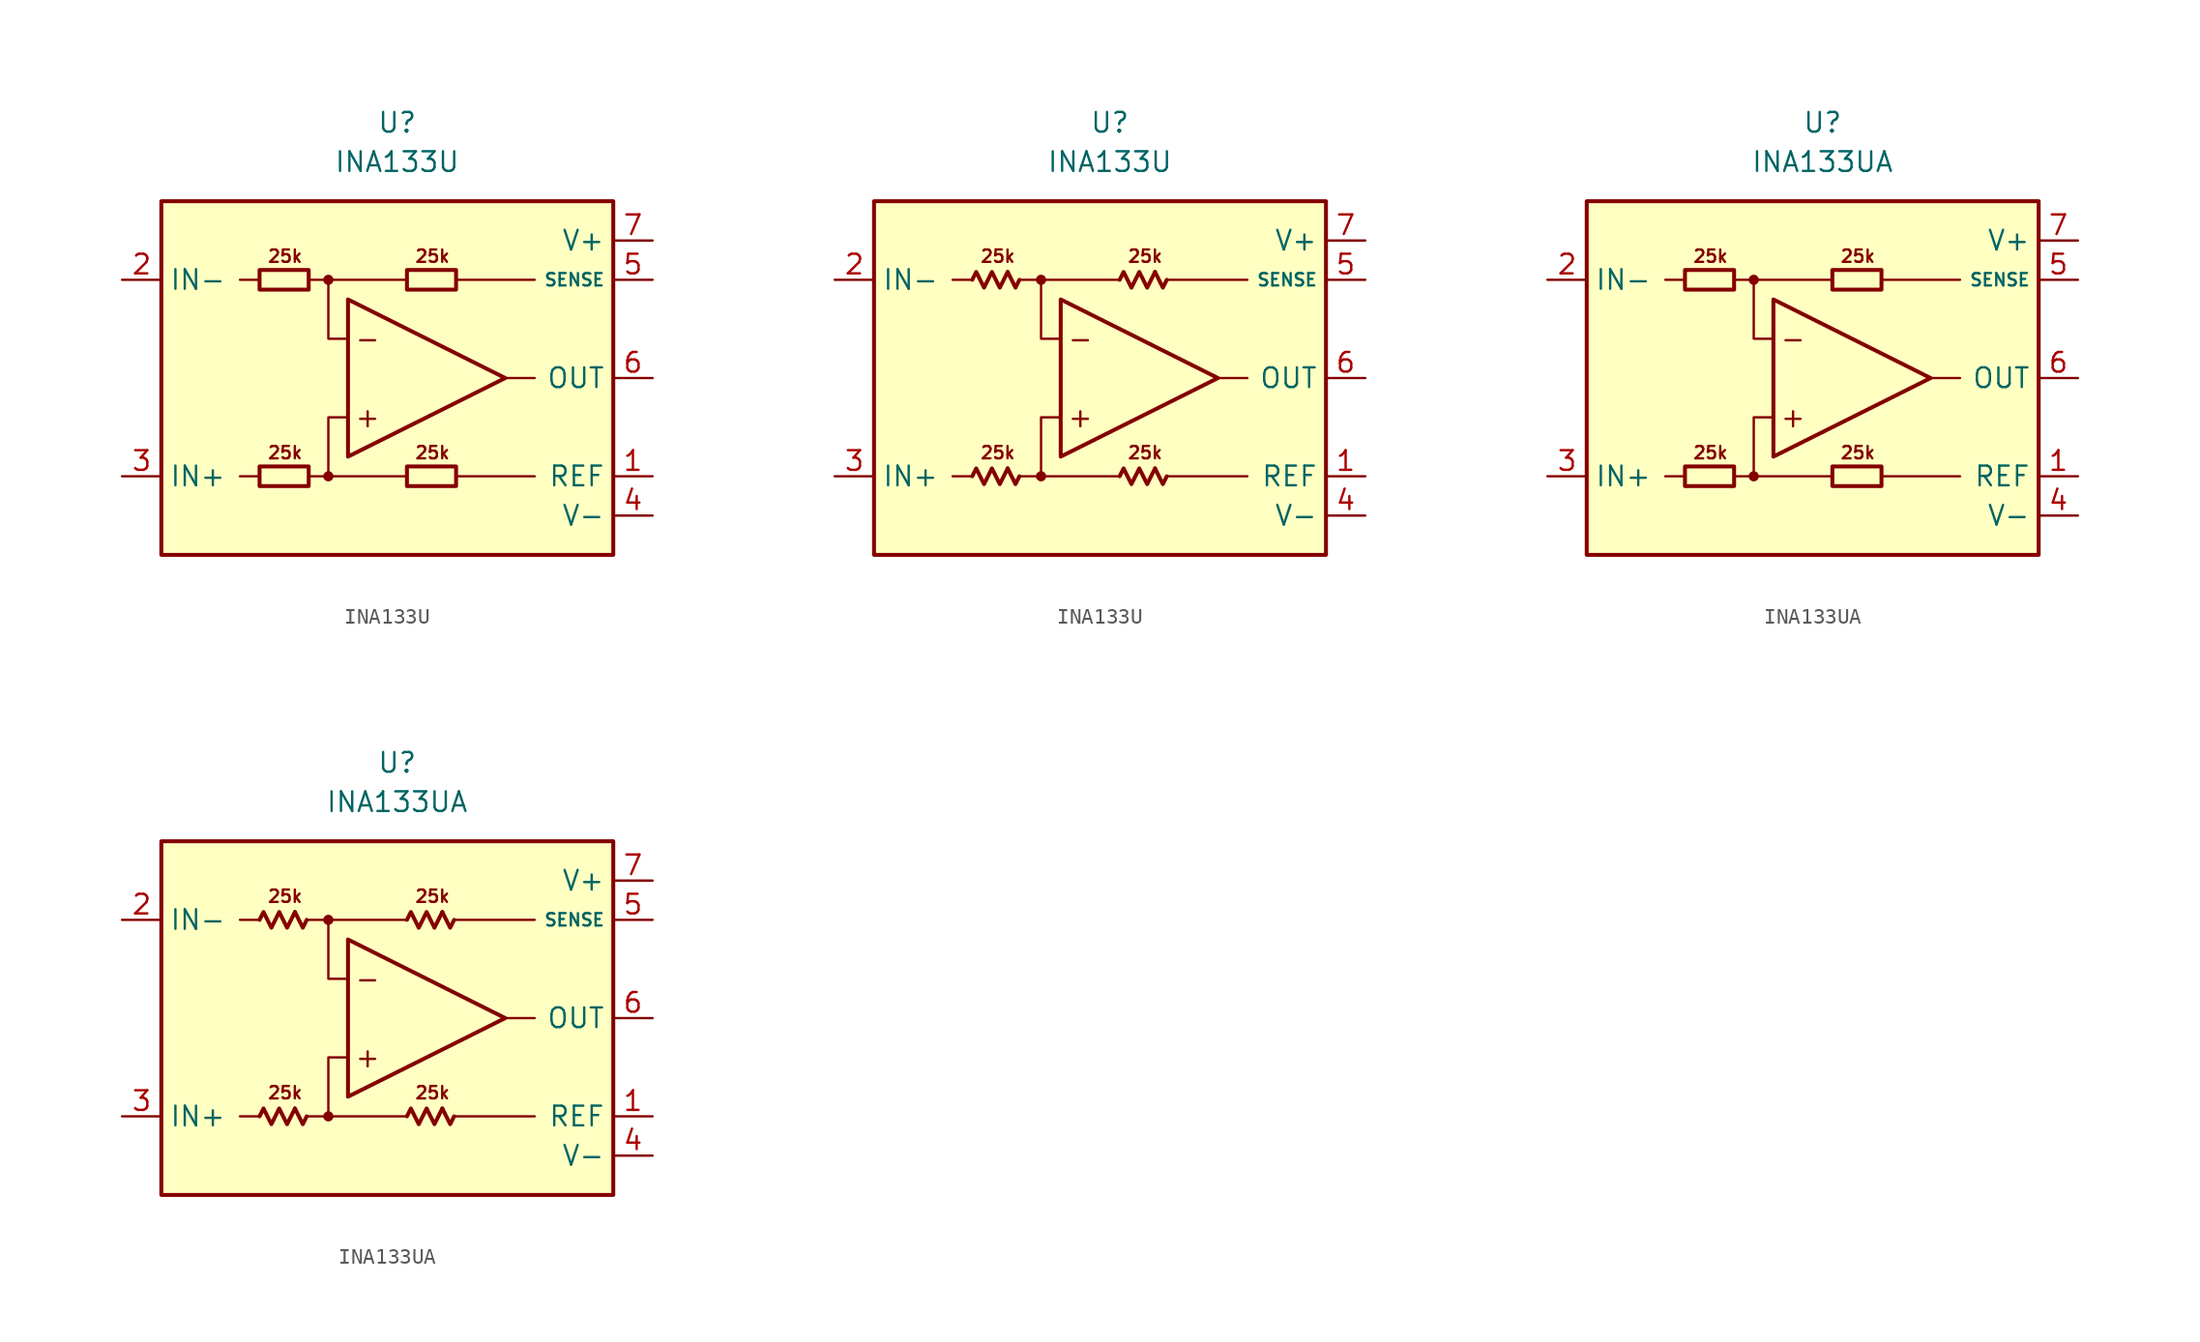
<source format=kicad_sym>
(kicad_symbol_lib
  (version 20231120)
  (generator "kicad_symbol_editor")
  (generator_version "8.0")
  (symbol "INA133U"
    (property "Reference" "U"
      (at 0 16.51 0)
      (effects (font (size 1.27 1.27))))
    (property "Value" "INA133U"
      (at 0 13.97 0)
      (effects (font (size 1.27 1.27))))
    (symbol "INA133U_0_0"
      (rectangle (start -15.24 11.43) (end 13.97 -11.43) (stroke (width 0.254) (type default)) (fill (type background)))
      (circle (center -4.445 -6.35) (radius 0.254) (stroke (width 0.152) (type default)) (fill (type outline)))
      (circle (center -4.445 6.35) (radius 0.254) (stroke (width 0.152) (type default)) (fill (type outline)))
      (polyline (pts (xy -8.89 -6.35) (xy -10.16 -6.35)) (stroke (width 0.152) (type default)) (fill (type none)))
      (polyline (pts (xy -8.89 6.35) (xy -10.16 6.35)) (stroke (width 0.152) (type default)) (fill (type none)))
      (polyline (pts (xy -4.445 6.35) (xy 0.635 6.35)) (stroke (width 0.152) (type default)) (fill (type none)))
      (polyline (pts (xy 0.635 -6.35) (xy -4.445 -6.35)) (stroke (width 0.152) (type default)) (fill (type none)))
      (polyline (pts (xy 3.81 -6.35) (xy 8.89 -6.35)) (stroke (width 0.152) (type default)) (fill (type none)))
      (polyline (pts (xy 3.81 6.35) (xy 8.89 6.35)) (stroke (width 0.152) (type default)) (fill (type none)))
      (polyline (pts (xy 8.89 0) (xy 6.985 0)) (stroke (width 0.152) (type default)) (fill (type none)))
      (polyline (pts (xy -5.715 -6.35) (xy -4.445 -6.35) (xy -4.445 -2.54) (xy -3.175 -2.54)) (stroke (width 0.152) (type default)) (fill (type none)))
      (polyline (pts (xy -3.175 2.54) (xy -4.445 2.54) (xy -4.445 6.35) (xy -5.715 6.35)) (stroke (width 0.152) (type default)) (fill (type none)))
      (polyline (pts (xy -3.175 5.08) (xy -3.175 -5.08) (xy 6.985 0) (xy -3.175 5.08)) (stroke (width 0.254) (type default)) (fill (type none)))
      (text "+" (at -1.905 -2.54 0) (effects (font (size 1.27 1.27))))
      (text "-" (at -1.905 2.54 0) (effects (font (size 1.27 1.27))))
      (text "25k" (at -7.239 -4.826 0) (effects (font (size 0.8 0.8))))
      (text "25k" (at -7.239 7.874 0) (effects (font (size 0.8 0.8))))
      (text "25k" (at 2.286 -4.826 0) (effects (font (size 0.8 0.8))))
      (text "25k" (at 2.286 7.874 0) (effects (font (size 0.8 0.8)))))
    (symbol "INA133U_0_1"
      (rectangle (start -8.89 -5.715) (end -5.715 -6.985) (stroke (width 0.254) (type default)) (fill (type none)))
      (rectangle (start -8.89 6.985) (end -5.715 5.715) (stroke (width 0.254) (type default)) (fill (type none)))
      (rectangle (start 0.635 -5.715) (end 3.81 -6.985) (stroke (width 0.254) (type default)) (fill (type none)))
      (rectangle (start 0.635 6.985) (end 3.81 5.715) (stroke (width 0.254) (type default)) (fill (type none))))
    (symbol "INA133U_0_2"
      (polyline (pts (xy -6.604 -5.842) (xy -6.096 -6.858) (xy -5.842 -6.35)) (stroke (width 0.254) (type default)) (fill (type none)))
      (polyline (pts (xy -6.604 6.858) (xy -6.096 5.842) (xy -5.842 6.35)) (stroke (width 0.254) (type default)) (fill (type none)))
      (polyline (pts (xy 2.921 -5.842) (xy 3.429 -6.858) (xy 3.683 -6.35)) (stroke (width 0.254) (type default)) (fill (type none)))
      (polyline (pts (xy 2.921 6.858) (xy 3.429 5.842) (xy 3.683 6.35)) (stroke (width 0.254) (type default)) (fill (type none)))
      (polyline (pts (xy -8.89 -6.35) (xy -8.636 -5.842) (xy -8.128 -6.858) (xy -7.62 -5.842) (xy -7.112 -6.858) (xy -6.604 -5.842)) (stroke (width 0.254) (type default)) (fill (type none)))
      (polyline (pts (xy -8.89 6.35) (xy -8.636 6.858) (xy -8.128 5.842) (xy -7.62 6.858) (xy -7.112 5.842) (xy -6.604 6.858)) (stroke (width 0.254) (type default)) (fill (type none)))
      (polyline (pts (xy 0.635 -6.35) (xy 0.889 -5.842) (xy 1.397 -6.858) (xy 1.905 -5.842) (xy 2.413 -6.858) (xy 2.921 -5.842)) (stroke (width 0.254) (type default)) (fill (type none)))
      (polyline (pts (xy 0.635 6.35) (xy 0.889 6.858) (xy 1.397 5.842) (xy 1.905 6.858) (xy 2.413 5.842) (xy 2.921 6.858)) (stroke (width 0.254) (type default)) (fill (type none))))
    (symbol "INA133U_1_1"
      (pin input line (at 16.51 -6.35 180) (length 2.54) (name "REF" (effects (font (size 1.27 1.27)))) (number "1" (effects (font (size 1.27 1.27)))))
      (pin input line (at -17.78 6.35 0) (length 2.54) (name "IN-" (effects (font (size 1.27 1.27)))) (number "2" (effects (font (size 1.27 1.27)))))
      (pin input line (at -17.78 -6.35 0) (length 2.54) (name "IN+" (effects (font (size 1.27 1.27)))) (number "3" (effects (font (size 1.27 1.27)))))
      (pin power_in line (at 16.51 -8.89 180) (length 2.54) (name "V-" (effects (font (size 1.27 1.27)))) (number "4" (effects (font (size 1.27 1.27)))))
      (pin input line (at 16.51 6.35 180) (length 2.54) (name "SENSE" (effects (font (size 0.8 0.8)))) (number "5" (effects (font (size 1.27 1.27)))))
      (pin output line (at 16.51 0 180) (length 2.54) (name "OUT" (effects (font (size 1.27 1.27)))) (number "6" (effects (font (size 1.27 1.27)))))
      (pin power_in line (at 16.51 8.89 180) (length 2.54) (name "V+" (effects (font (size 1.27 1.27)))) (number "7" (effects (font (size 1.27 1.27)))))
      (pin free line (at -10.16 0 0) (length 2.54) hide (name "NC" (effects (font (size 1.27 1.27)))) (number "8" (effects (font (size 1.27 1.27))))))
    (symbol "INA133U_1_2"
      (pin input line (at 16.51 -6.35 180) (length 2.54) (name "REF" (effects (font (size 1.27 1.27)))) (number "1" (effects (font (size 1.27 1.27)))))
      (pin input line (at -17.78 6.35 0) (length 2.54) (name "IN-" (effects (font (size 1.27 1.27)))) (number "2" (effects (font (size 1.27 1.27)))))
      (pin input line (at -17.78 -6.35 0) (length 2.54) (name "IN+" (effects (font (size 1.27 1.27)))) (number "3" (effects (font (size 1.27 1.27)))))
      (pin power_in line (at 16.51 -8.89 180) (length 2.54) (name "V-" (effects (font (size 1.27 1.27)))) (number "4" (effects (font (size 1.27 1.27)))))
      (pin input line (at 16.51 6.35 180) (length 2.54) (name "SENSE" (effects (font (size 0.8 0.8)))) (number "5" (effects (font (size 1.27 1.27)))))
      (pin output line (at 16.51 0 180) (length 2.54) (name "OUT" (effects (font (size 1.27 1.27)))) (number "6" (effects (font (size 1.27 1.27)))))
      (pin power_in line (at 16.51 8.89 180) (length 2.54) (name "V+" (effects (font (size 1.27 1.27)))) (number "7" (effects (font (size 1.27 1.27)))))
      (pin free line (at -10.16 0 0) (length 2.54) hide (name "NC" (effects (font (size 1.27 1.27)))) (number "8" (effects (font (size 1.27 1.27)))))))
  (symbol "INA133UA"
    (property "Reference" "U"
      (at 0 16.51 0)
      (effects (font (size 1.27 1.27))))
    (property "Value" "INA133UA"
      (at 0 13.97 0)
      (effects (font (size 1.27 1.27))))
    (symbol "INA133UA_0_0"
      (rectangle (start -15.24 11.43) (end 13.97 -11.43) (stroke (width 0.254) (type default)) (fill (type background)))
      (circle (center -4.445 -6.35) (radius 0.254) (stroke (width 0.152) (type default)) (fill (type outline)))
      (circle (center -4.445 6.35) (radius 0.254) (stroke (width 0.152) (type default)) (fill (type outline)))
      (polyline (pts (xy -8.89 -6.35) (xy -10.16 -6.35)) (stroke (width 0.152) (type default)) (fill (type none)))
      (polyline (pts (xy -8.89 6.35) (xy -10.16 6.35)) (stroke (width 0.152) (type default)) (fill (type none)))
      (polyline (pts (xy -4.445 6.35) (xy 0.635 6.35)) (stroke (width 0.152) (type default)) (fill (type none)))
      (polyline (pts (xy 0.635 -6.35) (xy -4.445 -6.35)) (stroke (width 0.152) (type default)) (fill (type none)))
      (polyline (pts (xy 3.81 -6.35) (xy 8.89 -6.35)) (stroke (width 0.152) (type default)) (fill (type none)))
      (polyline (pts (xy 3.81 6.35) (xy 8.89 6.35)) (stroke (width 0.152) (type default)) (fill (type none)))
      (polyline (pts (xy 8.89 0) (xy 6.985 0)) (stroke (width 0.152) (type default)) (fill (type none)))
      (polyline (pts (xy -5.715 -6.35) (xy -4.445 -6.35) (xy -4.445 -2.54) (xy -3.175 -2.54)) (stroke (width 0.152) (type default)) (fill (type none)))
      (polyline (pts (xy -3.175 2.54) (xy -4.445 2.54) (xy -4.445 6.35) (xy -5.715 6.35)) (stroke (width 0.152) (type default)) (fill (type none)))
      (polyline (pts (xy -3.175 5.08) (xy -3.175 -5.08) (xy 6.985 0) (xy -3.175 5.08)) (stroke (width 0.254) (type default)) (fill (type none)))
      (text "+" (at -1.905 -2.54 0) (effects (font (size 1.27 1.27))))
      (text "-" (at -1.905 2.54 0) (effects (font (size 1.27 1.27))))
      (text "25k" (at -7.239 -4.826 0) (effects (font (size 0.8 0.8))))
      (text "25k" (at -7.239 7.874 0) (effects (font (size 0.8 0.8))))
      (text "25k" (at 2.286 -4.826 0) (effects (font (size 0.8 0.8))))
      (text "25k" (at 2.286 7.874 0) (effects (font (size 0.8 0.8)))))
    (symbol "INA133UA_0_1"
      (rectangle (start -8.89 -5.715) (end -5.715 -6.985) (stroke (width 0.254) (type default)) (fill (type none)))
      (rectangle (start -8.89 6.985) (end -5.715 5.715) (stroke (width 0.254) (type default)) (fill (type none)))
      (rectangle (start 0.635 -5.715) (end 3.81 -6.985) (stroke (width 0.254) (type default)) (fill (type none)))
      (rectangle (start 0.635 6.985) (end 3.81 5.715) (stroke (width 0.254) (type default)) (fill (type none))))
    (symbol "INA133UA_0_2"
      (polyline (pts (xy -6.604 -5.842) (xy -6.096 -6.858) (xy -5.842 -6.35)) (stroke (width 0.254) (type default)) (fill (type none)))
      (polyline (pts (xy -6.604 6.858) (xy -6.096 5.842) (xy -5.842 6.35)) (stroke (width 0.254) (type default)) (fill (type none)))
      (polyline (pts (xy 2.921 -5.842) (xy 3.429 -6.858) (xy 3.683 -6.35)) (stroke (width 0.254) (type default)) (fill (type none)))
      (polyline (pts (xy 2.921 6.858) (xy 3.429 5.842) (xy 3.683 6.35)) (stroke (width 0.254) (type default)) (fill (type none)))
      (polyline (pts (xy -8.89 -6.35) (xy -8.636 -5.842) (xy -8.128 -6.858) (xy -7.62 -5.842) (xy -7.112 -6.858) (xy -6.604 -5.842)) (stroke (width 0.254) (type default)) (fill (type none)))
      (polyline (pts (xy -8.89 6.35) (xy -8.636 6.858) (xy -8.128 5.842) (xy -7.62 6.858) (xy -7.112 5.842) (xy -6.604 6.858)) (stroke (width 0.254) (type default)) (fill (type none)))
      (polyline (pts (xy 0.635 -6.35) (xy 0.889 -5.842) (xy 1.397 -6.858) (xy 1.905 -5.842) (xy 2.413 -6.858) (xy 2.921 -5.842)) (stroke (width 0.254) (type default)) (fill (type none)))
      (polyline (pts (xy 0.635 6.35) (xy 0.889 6.858) (xy 1.397 5.842) (xy 1.905 6.858) (xy 2.413 5.842) (xy 2.921 6.858)) (stroke (width 0.254) (type default)) (fill (type none))))
    (symbol "INA133UA_1_1"
      (pin input line (at 16.51 -6.35 180) (length 2.54) (name "REF" (effects (font (size 1.27 1.27)))) (number "1" (effects (font (size 1.27 1.27)))))
      (pin input line (at -17.78 6.35 0) (length 2.54) (name "IN-" (effects (font (size 1.27 1.27)))) (number "2" (effects (font (size 1.27 1.27)))))
      (pin input line (at -17.78 -6.35 0) (length 2.54) (name "IN+" (effects (font (size 1.27 1.27)))) (number "3" (effects (font (size 1.27 1.27)))))
      (pin power_in line (at 16.51 -8.89 180) (length 2.54) (name "V-" (effects (font (size 1.27 1.27)))) (number "4" (effects (font (size 1.27 1.27)))))
      (pin input line (at 16.51 6.35 180) (length 2.54) (name "SENSE" (effects (font (size 0.8 0.8)))) (number "5" (effects (font (size 1.27 1.27)))))
      (pin output line (at 16.51 0 180) (length 2.54) (name "OUT" (effects (font (size 1.27 1.27)))) (number "6" (effects (font (size 1.27 1.27)))))
      (pin power_in line (at 16.51 8.89 180) (length 2.54) (name "V+" (effects (font (size 1.27 1.27)))) (number "7" (effects (font (size 1.27 1.27)))))
      (pin free line (at -10.16 0 0) (length 2.54) hide (name "NC" (effects (font (size 1.27 1.27)))) (number "8" (effects (font (size 1.27 1.27))))))
    (symbol "INA133UA_1_2"
      (pin input line (at 16.51 -6.35 180) (length 2.54) (name "REF" (effects (font (size 1.27 1.27)))) (number "1" (effects (font (size 1.27 1.27)))))
      (pin input line (at -17.78 6.35 0) (length 2.54) (name "IN-" (effects (font (size 1.27 1.27)))) (number "2" (effects (font (size 1.27 1.27)))))
      (pin input line (at -17.78 -6.35 0) (length 2.54) (name "IN+" (effects (font (size 1.27 1.27)))) (number "3" (effects (font (size 1.27 1.27)))))
      (pin power_in line (at 16.51 -8.89 180) (length 2.54) (name "V-" (effects (font (size 1.27 1.27)))) (number "4" (effects (font (size 1.27 1.27)))))
      (pin input line (at 16.51 6.35 180) (length 2.54) (name "SENSE" (effects (font (size 0.8 0.8)))) (number "5" (effects (font (size 1.27 1.27)))))
      (pin output line (at 16.51 0 180) (length 2.54) (name "OUT" (effects (font (size 1.27 1.27)))) (number "6" (effects (font (size 1.27 1.27)))))
      (pin power_in line (at 16.51 8.89 180) (length 2.54) (name "V+" (effects (font (size 1.27 1.27)))) (number "7" (effects (font (size 1.27 1.27)))))
      (pin free line (at -10.16 0 0) (length 2.54) hide (name "NC" (effects (font (size 1.27 1.27)))) (number "8" (effects (font (size 1.27 1.27))))))))
</source>
